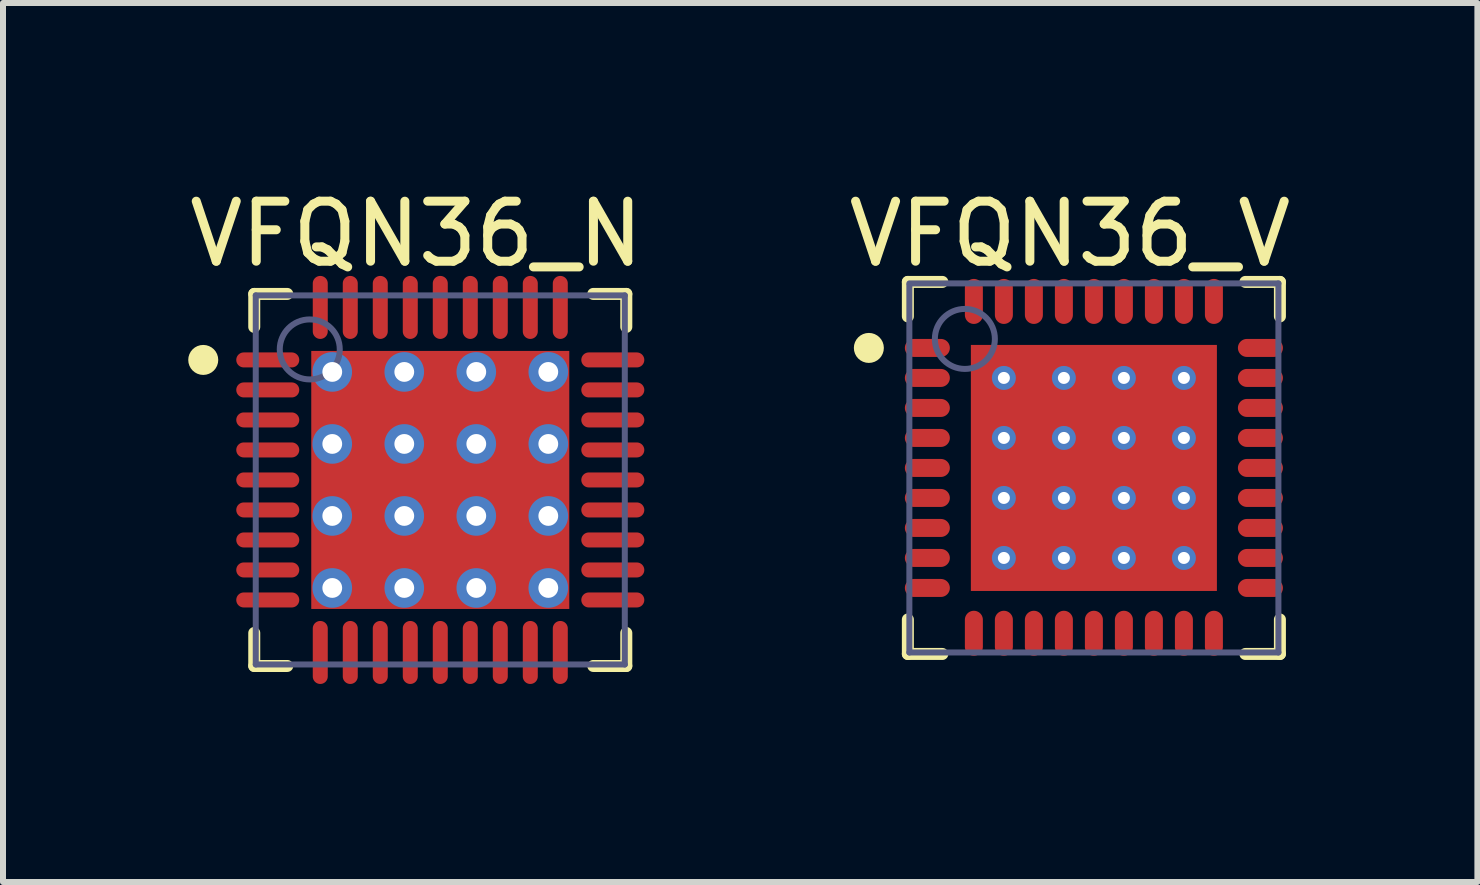
<source format=kicad_pcb>
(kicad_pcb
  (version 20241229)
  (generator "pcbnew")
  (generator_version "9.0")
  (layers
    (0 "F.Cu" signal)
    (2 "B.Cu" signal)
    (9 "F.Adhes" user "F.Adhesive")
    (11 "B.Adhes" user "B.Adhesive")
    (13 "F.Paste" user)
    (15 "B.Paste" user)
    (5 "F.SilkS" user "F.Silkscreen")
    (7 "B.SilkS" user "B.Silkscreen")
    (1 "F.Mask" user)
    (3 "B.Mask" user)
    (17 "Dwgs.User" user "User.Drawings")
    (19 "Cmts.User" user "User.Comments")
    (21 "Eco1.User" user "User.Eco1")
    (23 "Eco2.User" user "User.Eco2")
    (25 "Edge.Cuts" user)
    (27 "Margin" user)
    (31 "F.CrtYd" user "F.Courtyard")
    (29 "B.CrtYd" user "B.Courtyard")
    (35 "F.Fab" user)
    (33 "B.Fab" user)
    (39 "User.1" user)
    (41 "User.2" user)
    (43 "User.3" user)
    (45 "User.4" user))
  (footprint "VFQN36_N"
    (layer "F.Cu")
    (at 4.287 4.948)
    (property "Reference" "VFQN36_N" (at -0.4 -4.1 0) (layer "F.SilkS") (effects (font (size 1 1) (thickness 0.15))))
    (fp_line (start -3.1 -3.1) (end -2.55 -3.1) (stroke (width 0.2) (type solid)) (layer "F.SilkS"))
    (fp_line (start -3.1 -2.55) (end -3.1 -3.1) (stroke (width 0.2) (type solid)) (layer "F.SilkS"))
    (fp_line (start -3.1 3.1) (end -3.1 2.55) (stroke (width 0.2) (type solid)) (layer "F.SilkS"))
    (fp_line (start -3.1 3.1) (end -2.55 3.1) (stroke (width 0.2) (type solid)) (layer "F.SilkS"))
    (fp_line (start 2.55 -3.1) (end 3.1 -3.1) (stroke (width 0.2) (type solid)) (layer "F.SilkS"))
    (fp_line (start 2.55 3.1) (end 3.1 3.1) (stroke (width 0.2) (type solid)) (layer "F.SilkS"))
    (fp_line (start 3.1 -2.55) (end 3.1 -3.1) (stroke (width 0.2) (type solid)) (layer "F.SilkS"))
    (fp_line (start 3.1 3.1) (end 3.1 2.55) (stroke (width 0.2) (type solid)) (layer "F.SilkS"))
    (fp_circle (center -3.95 -2) (end -3.95 -2.125) (stroke (width 0.25) (type solid)) (fill no) (layer "F.SilkS"))
    (fp_line (start -3.65 -3.65) (end 3.65 -3.65) (stroke (width 0.1) (type solid)) (layer "Eco2.User"))
    (fp_line (start -3.65 3.65) (end -3.65 -3.65) (stroke (width 0.1) (type solid)) (layer "Eco2.User"))
    (fp_line (start -3.65 3.65) (end 3.65 3.65) (stroke (width 0.1) (type solid)) (layer "Eco2.User"))
    (fp_line (start -0.5 0) (end 0.5 0) (stroke (width 0.1) (type solid)) (layer "Eco2.User"))
    (fp_line (start 0 0.5) (end 0 -0.5) (stroke (width 0.1) (type solid)) (layer "Eco2.User"))
    (fp_line (start 3.65 3.65) (end 3.65 -3.65) (stroke (width 0.1) (type solid)) (layer "Eco2.User"))
    (fp_line (start -3.075 -3.075) (end 3.075 -3.075) (stroke (width 0.1) (type solid)) (layer "B.Fab"))
    (fp_line (start -3.075 3.075) (end -3.075 -3.075) (stroke (width 0.1) (type solid)) (layer "B.Fab"))
    (fp_line (start -3.075 3.075) (end 3.075 3.075) (stroke (width 0.1) (type solid)) (layer "B.Fab"))
    (fp_line (start 3.075 3.075) (end 3.075 -3.075) (stroke (width 0.1) (type solid)) (layer "B.Fab"))
    (fp_circle (center -2.175 -2.175) (end -2.175 -2.675) (stroke (width 0.1) (type solid)) (fill no) (layer "B.Fab"))
    (pad "1" smd oval (at -2.875 -2 90) (size 0.25 1.05) (layers "F.Cu" "F.Mask" "F.Paste"))
    (pad "2" smd oval (at -2.875 -1.5 90) (size 0.25 1.05) (layers "F.Cu" "F.Mask" "F.Paste"))
    (pad "3" smd oval (at -2.875 -1 90) (size 0.25 1.05) (layers "F.Cu" "F.Mask" "F.Paste"))
    (pad "4" smd oval (at -2.875 -0.5 90) (size 0.25 1.05) (layers "F.Cu" "F.Mask" "F.Paste"))
    (pad "5" smd oval (at -2.875 0 90) (size 0.25 1.05) (layers "F.Cu" "F.Mask" "F.Paste"))
    (pad "6" smd oval (at -2.875 0.5 90) (size 0.25 1.05) (layers "F.Cu" "F.Mask" "F.Paste"))
    (pad "7" smd oval (at -2.875 1 90) (size 0.25 1.05) (layers "F.Cu" "F.Mask" "F.Paste"))
    (pad "8" smd oval (at -2.875 1.5 90) (size 0.25 1.05) (layers "F.Cu" "F.Mask" "F.Paste"))
    (pad "9" smd oval (at -2.875 2 90) (size 0.25 1.05) (layers "F.Cu" "F.Mask" "F.Paste"))
    (pad "10" smd oval (at -2 2.875) (size 0.25 1.05) (layers "F.Cu" "F.Mask" "F.Paste"))
    (pad "11" smd oval (at -1.5 2.875) (size 0.25 1.05) (layers "F.Cu" "F.Mask" "F.Paste"))
    (pad "12" smd oval (at -1 2.875) (size 0.25 1.05) (layers "F.Cu" "F.Mask" "F.Paste"))
    (pad "13" smd oval (at -0.5 2.875) (size 0.25 1.05) (layers "F.Cu" "F.Mask" "F.Paste"))
    (pad "14" smd oval (at 0 2.875) (size 0.25 1.05) (layers "F.Cu" "F.Mask" "F.Paste"))
    (pad "15" smd oval (at 0.5 2.875) (size 0.25 1.05) (layers "F.Cu" "F.Mask" "F.Paste"))
    (pad "16" smd oval (at 1 2.875) (size 0.25 1.05) (layers "F.Cu" "F.Mask" "F.Paste"))
    (pad "17" smd oval (at 1.5 2.875) (size 0.25 1.05) (layers "F.Cu" "F.Mask" "F.Paste"))
    (pad "18" smd oval (at 2 2.875) (size 0.25 1.05) (layers "F.Cu" "F.Mask" "F.Paste"))
    (pad "19" smd oval (at 2.875 2 90) (size 0.25 1.05) (layers "F.Cu" "F.Mask" "F.Paste"))
    (pad "20" smd oval (at 2.875 1.5 90) (size 0.25 1.05) (layers "F.Cu" "F.Mask" "F.Paste"))
    (pad "21" smd oval (at 2.875 1 90) (size 0.25 1.05) (layers "F.Cu" "F.Mask" "F.Paste"))
    (pad "22" smd oval (at 2.875 0.5 90) (size 0.25 1.05) (layers "F.Cu" "F.Mask" "F.Paste"))
    (pad "23" smd oval (at 2.875 0 90) (size 0.25 1.05) (layers "F.Cu" "F.Mask" "F.Paste"))
    (pad "24" smd oval (at 2.875 -0.5 90) (size 0.25 1.05) (layers "F.Cu" "F.Mask" "F.Paste"))
    (pad "25" smd oval (at 2.875 -1 90) (size 0.25 1.05) (layers "F.Cu" "F.Mask" "F.Paste"))
    (pad "26" smd oval (at 2.875 -1.5 90) (size 0.25 1.05) (layers "F.Cu" "F.Mask" "F.Paste"))
    (pad "27" smd oval (at 2.875 -2 90) (size 0.25 1.05) (layers "F.Cu" "F.Mask" "F.Paste"))
    (pad "28" smd oval (at 2 -2.875) (size 0.25 1.05) (layers "F.Cu" "F.Mask" "F.Paste"))
    (pad "29" smd oval (at 1.5 -2.875) (size 0.25 1.05) (layers "F.Cu" "F.Mask" "F.Paste"))
    (pad "30" smd oval (at 1 -2.875) (size 0.25 1.05) (layers "F.Cu" "F.Mask" "F.Paste"))
    (pad "31" smd oval (at 0.5 -2.875) (size 0.25 1.05) (layers "F.Cu" "F.Mask" "F.Paste"))
    (pad "32" smd oval (at 0 -2.875) (size 0.25 1.05) (layers "F.Cu" "F.Mask" "F.Paste"))
    (pad "33" smd oval (at -0.5 -2.875) (size 0.25 1.05) (layers "F.Cu" "F.Mask" "F.Paste"))
    (pad "34" smd oval (at -1 -2.875) (size 0.25 1.05) (layers "F.Cu" "F.Mask" "F.Paste"))
    (pad "35" smd oval (at -1.5 -2.875) (size 0.25 1.05) (layers "F.Cu" "F.Mask" "F.Paste"))
    (pad "36" smd oval (at -2 -2.875) (size 0.25 1.05) (layers "F.Cu" "F.Mask" "F.Paste"))
    (pad "37" thru_hole circle (at -1.8 -1.8) (size 0.66 0.66) (drill 0.33) (layers "*.Cu" "B.Mask"))
    (pad "37" thru_hole circle (at -1.8 -0.6) (size 0.66 0.66) (drill 0.33) (layers "*.Cu" "B.Mask"))
    (pad "37" thru_hole circle (at -1.8 0.6) (size 0.66 0.66) (drill 0.33) (layers "*.Cu" "B.Mask"))
    (pad "37" thru_hole circle (at -1.8 1.8) (size 0.66 0.66) (drill 0.33) (layers "*.Cu" "B.Mask"))
    (pad "37" thru_hole circle (at -0.6 -1.8) (size 0.66 0.66) (drill 0.33) (layers "*.Cu" "B.Mask"))
    (pad "37" thru_hole circle (at -0.6 -0.6) (size 0.66 0.66) (drill 0.33) (layers "*.Cu" "B.Mask"))
    (pad "37" thru_hole circle (at -0.6 0.6) (size 0.66 0.66) (drill 0.33) (layers "*.Cu" "B.Mask"))
    (pad "37" thru_hole circle (at -0.6 1.8) (size 0.66 0.66) (drill 0.33) (layers "*.Cu" "B.Mask"))
    (pad "37" smd rect (at 0 0) (size 4.3 4.3) (layers "F.Cu" "F.Mask" "F.Paste"))
    (pad "37" thru_hole circle (at 0.6 -1.8) (size 0.66 0.66) (drill 0.33) (layers "*.Cu" "B.Mask"))
    (pad "37" thru_hole circle (at 0.6 -0.6) (size 0.66 0.66) (drill 0.33) (layers "*.Cu" "B.Mask"))
    (pad "37" thru_hole circle (at 0.6 0.6) (size 0.66 0.66) (drill 0.33) (layers "*.Cu" "B.Mask"))
    (pad "37" thru_hole circle (at 0.6 1.8) (size 0.66 0.66) (drill 0.33) (layers "*.Cu" "B.Mask"))
    (pad "37" thru_hole circle (at 1.8 -1.8) (size 0.66 0.66) (drill 0.33) (layers "*.Cu" "B.Mask"))
    (pad "37" thru_hole circle (at 1.8 -0.6) (size 0.66 0.66) (drill 0.33) (layers "*.Cu" "B.Mask"))
    (pad "37" thru_hole circle (at 1.8 0.6) (size 0.66 0.66) (drill 0.33) (layers "*.Cu" "B.Mask"))
    (pad "37" thru_hole circle (at 1.8 1.8) (size 0.66 0.66) (drill 0.33) (layers "*.Cu" "B.Mask")))
  (footprint "VFQN36_V"
    (layer "F.Cu")
    (at 15.179 4.748)
    (property "Reference" "VFQN36_V" (at -0.4 -3.9 0) (layer "F.SilkS") (effects (font (size 1 1) (thickness 0.15))))
    (fp_line (start -3.1 -3.1) (end -2.525 -3.1) (stroke (width 0.2) (type solid)) (layer "F.SilkS"))
    (fp_line (start -3.1 -2.525) (end -3.1 -3.1) (stroke (width 0.2) (type solid)) (layer "F.SilkS"))
    (fp_line (start -3.1 3.1) (end -3.1 2.525) (stroke (width 0.2) (type solid)) (layer "F.SilkS"))
    (fp_line (start -3.1 3.1) (end -2.525 3.1) (stroke (width 0.2) (type solid)) (layer "F.SilkS"))
    (fp_line (start 2.525 -3.1) (end 3.1 -3.1) (stroke (width 0.2) (type solid)) (layer "F.SilkS"))
    (fp_line (start 2.525 3.1) (end 3.1 3.1) (stroke (width 0.2) (type solid)) (layer "F.SilkS"))
    (fp_line (start 3.1 -2.525) (end 3.1 -3.1) (stroke (width 0.2) (type solid)) (layer "F.SilkS"))
    (fp_line (start 3.1 3.1) (end 3.1 2.525) (stroke (width 0.2) (type solid)) (layer "F.SilkS"))
    (fp_circle (center -3.75 -2) (end -3.75 -2.125) (stroke (width 0.25) (type solid)) (fill no) (layer "F.SilkS"))
    (fp_line (start -3.25 -3.25) (end 3.25 -3.25) (stroke (width 0.1) (type solid)) (layer "Eco2.User"))
    (fp_line (start -3.25 3.25) (end -3.25 -3.25) (stroke (width 0.1) (type solid)) (layer "Eco2.User"))
    (fp_line (start -3.25 3.25) (end 3.25 3.25) (stroke (width 0.1) (type solid)) (layer "Eco2.User"))
    (fp_line (start -0.5 0) (end 0.5 0) (stroke (width 0.1) (type solid)) (layer "Eco2.User"))
    (fp_line (start 0 0.5) (end 0 -0.5) (stroke (width 0.1) (type solid)) (layer "Eco2.User"))
    (fp_line (start 3.25 3.25) (end 3.25 -3.25) (stroke (width 0.1) (type solid)) (layer "Eco2.User"))
    (fp_line (start -3.075 -3.075) (end 3.075 -3.075) (stroke (width 0.1) (type solid)) (layer "B.Fab"))
    (fp_line (start -3.075 3.075) (end -3.075 -3.05) (stroke (width 0.1) (type solid)) (layer "B.Fab"))
    (fp_line (start -3.075 3.075) (end 3.075 3.075) (stroke (width 0.1) (type solid)) (layer "B.Fab"))
    (fp_line (start 3.075 3.075) (end 3.075 -3.075) (stroke (width 0.1) (type solid)) (layer "B.Fab"))
    (fp_circle (center -2.15 -2.15) (end -2.15 -2.65) (stroke (width 0.1) (type solid)) (fill no) (layer "B.Fab"))
    (pad "1" smd oval (at -2.775 -2 90) (size 0.3 0.75) (layers "F.Cu" "F.Mask" "F.Paste"))
    (pad "2" smd oval (at -2.775 -1.5 90) (size 0.3 0.75) (layers "F.Cu" "F.Mask" "F.Paste"))
    (pad "3" smd oval (at -2.775 -1 90) (size 0.3 0.75) (layers "F.Cu" "F.Mask" "F.Paste"))
    (pad "4" smd oval (at -2.775 -0.5 90) (size 0.3 0.75) (layers "F.Cu" "F.Mask" "F.Paste"))
    (pad "5" smd oval (at -2.775 0 90) (size 0.3 0.75) (layers "F.Cu" "F.Mask" "F.Paste"))
    (pad "6" smd oval (at -2.775 0.5 90) (size 0.3 0.75) (layers "F.Cu" "F.Mask" "F.Paste"))
    (pad "7" smd oval (at -2.775 1 90) (size 0.3 0.75) (layers "F.Cu" "F.Mask" "F.Paste"))
    (pad "8" smd oval (at -2.775 1.5 90) (size 0.3 0.75) (layers "F.Cu" "F.Mask" "F.Paste"))
    (pad "9" smd oval (at -2.775 2 90) (size 0.3 0.75) (layers "F.Cu" "F.Mask" "F.Paste"))
    (pad "10" smd oval (at -2 2.755) (size 0.3 0.75) (layers "F.Cu" "F.Mask" "F.Paste"))
    (pad "11" smd oval (at -1.5 2.755) (size 0.3 0.75) (layers "F.Cu" "F.Mask" "F.Paste"))
    (pad "12" smd oval (at -1 2.755) (size 0.3 0.75) (layers "F.Cu" "F.Mask" "F.Paste"))
    (pad "13" smd oval (at -0.5 2.755) (size 0.3 0.75) (layers "F.Cu" "F.Mask" "F.Paste"))
    (pad "14" smd oval (at 0 2.755) (size 0.3 0.75) (layers "F.Cu" "F.Mask" "F.Paste"))
    (pad "15" smd oval (at 0.5 2.755) (size 0.3 0.75) (layers "F.Cu" "F.Mask" "F.Paste"))
    (pad "16" smd oval (at 1 2.755) (size 0.3 0.75) (layers "F.Cu" "F.Mask" "F.Paste"))
    (pad "17" smd oval (at 1.5 2.755) (size 0.3 0.75) (layers "F.Cu" "F.Mask" "F.Paste"))
    (pad "18" smd oval (at 2 2.755) (size 0.3 0.75) (layers "F.Cu" "F.Mask" "F.Paste"))
    (pad "19" smd oval (at 2.775 2 90) (size 0.3 0.75) (layers "F.Cu" "F.Mask" "F.Paste"))
    (pad "20" smd oval (at 2.775 1.5 90) (size 0.3 0.75) (layers "F.Cu" "F.Mask" "F.Paste"))
    (pad "21" smd oval (at 2.775 1 90) (size 0.3 0.75) (layers "F.Cu" "F.Mask" "F.Paste"))
    (pad "22" smd oval (at 2.775 0.5 90) (size 0.3 0.75) (layers "F.Cu" "F.Mask" "F.Paste"))
    (pad "23" smd oval (at 2.775 0 90) (size 0.3 0.75) (layers "F.Cu" "F.Mask" "F.Paste"))
    (pad "24" smd oval (at 2.775 -0.5 90) (size 0.3 0.75) (layers "F.Cu" "F.Mask" "F.Paste"))
    (pad "25" smd oval (at 2.775 -1 90) (size 0.3 0.75) (layers "F.Cu" "F.Mask" "F.Paste"))
    (pad "26" smd oval (at 2.775 -1.5 90) (size 0.3 0.75) (layers "F.Cu" "F.Mask" "F.Paste"))
    (pad "27" smd oval (at 2.775 -2 90) (size 0.3 0.75) (layers "F.Cu" "F.Mask" "F.Paste"))
    (pad "28" smd oval (at 2 -2.775) (size 0.3 0.75) (layers "F.Cu" "F.Mask" "F.Paste"))
    (pad "29" smd oval (at 1.5 -2.775) (size 0.3 0.75) (layers "F.Cu" "F.Mask" "F.Paste"))
    (pad "30" smd oval (at 1 -2.775) (size 0.3 0.75) (layers "F.Cu" "F.Mask" "F.Paste"))
    (pad "31" smd oval (at 0.5 -2.775) (size 0.3 0.75) (layers "F.Cu" "F.Mask" "F.Paste"))
    (pad "32" smd oval (at 0 -2.775) (size 0.3 0.75) (layers "F.Cu" "F.Mask" "F.Paste"))
    (pad "33" smd oval (at -0.5 -2.775) (size 0.3 0.75) (layers "F.Cu" "F.Mask" "F.Paste"))
    (pad "34" smd oval (at -1 -2.775) (size 0.3 0.75) (layers "F.Cu" "F.Mask" "F.Paste"))
    (pad "35" smd oval (at -1.5 -2.775) (size 0.3 0.75) (layers "F.Cu" "F.Mask" "F.Paste"))
    (pad "36" smd oval (at -2 -2.775) (size 0.3 0.75) (layers "F.Cu" "F.Mask" "F.Paste"))
    (pad "37" thru_hole circle (at -1.5 -1.5) (size 0.4 0.4) (drill 0.2) (layers "*.Cu" "B.Mask"))
    (pad "37" thru_hole circle (at -1.5 -0.5) (size 0.4 0.4) (drill 0.2) (layers "*.Cu" "B.Mask"))
    (pad "37" thru_hole circle (at -1.5 0.5) (size 0.4 0.4) (drill 0.2) (layers "*.Cu" "B.Mask"))
    (pad "37" thru_hole circle (at -1.5 1.5) (size 0.4 0.4) (drill 0.2) (layers "*.Cu" "B.Mask"))
    (pad "37" thru_hole circle (at -0.5 -1.5) (size 0.4 0.4) (drill 0.2) (layers "*.Cu" "B.Mask"))
    (pad "37" thru_hole circle (at -0.5 -0.5) (size 0.4 0.4) (drill 0.2) (layers "*.Cu" "B.Mask"))
    (pad "37" thru_hole circle (at -0.5 0.5) (size 0.4 0.4) (drill 0.2) (layers "*.Cu" "B.Mask"))
    (pad "37" thru_hole circle (at -0.5 1.5) (size 0.4 0.4) (drill 0.2) (layers "*.Cu" "B.Mask"))
    (pad "37" smd rect (at 0 0) (size 4.1 4.1) (layers "F.Cu" "F.Mask" "F.Paste"))
    (pad "37" thru_hole circle (at 0.5 -1.5) (size 0.4 0.4) (drill 0.2) (layers "*.Cu" "B.Mask"))
    (pad "37" thru_hole circle (at 0.5 -0.5) (size 0.4 0.4) (drill 0.2) (layers "*.Cu" "B.Mask"))
    (pad "37" thru_hole circle (at 0.5 0.5) (size 0.4 0.4) (drill 0.2) (layers "*.Cu" "B.Mask"))
    (pad "37" thru_hole circle (at 0.5 1.5) (size 0.4 0.4) (drill 0.2) (layers "*.Cu" "B.Mask"))
    (pad "37" thru_hole circle (at 1.5 -1.5) (size 0.4 0.4) (drill 0.2) (layers "*.Cu" "B.Mask"))
    (pad "37" thru_hole circle (at 1.5 -0.5) (size 0.4 0.4) (drill 0.2) (layers "*.Cu" "B.Mask"))
    (pad "37" thru_hole circle (at 1.5 0.5) (size 0.4 0.4) (drill 0.2) (layers "*.Cu" "B.Mask"))
    (pad "37" thru_hole circle (at 1.5 1.5) (size 0.4 0.4) (drill 0.2) (layers "*.Cu" "B.Mask")))
  (gr_rect
    (start -3 -3)
    (end 21.57 11.648)
    (stroke (width 0.1) (type default))
    (fill no)
    (layer "Edge.Cuts")))
</source>
